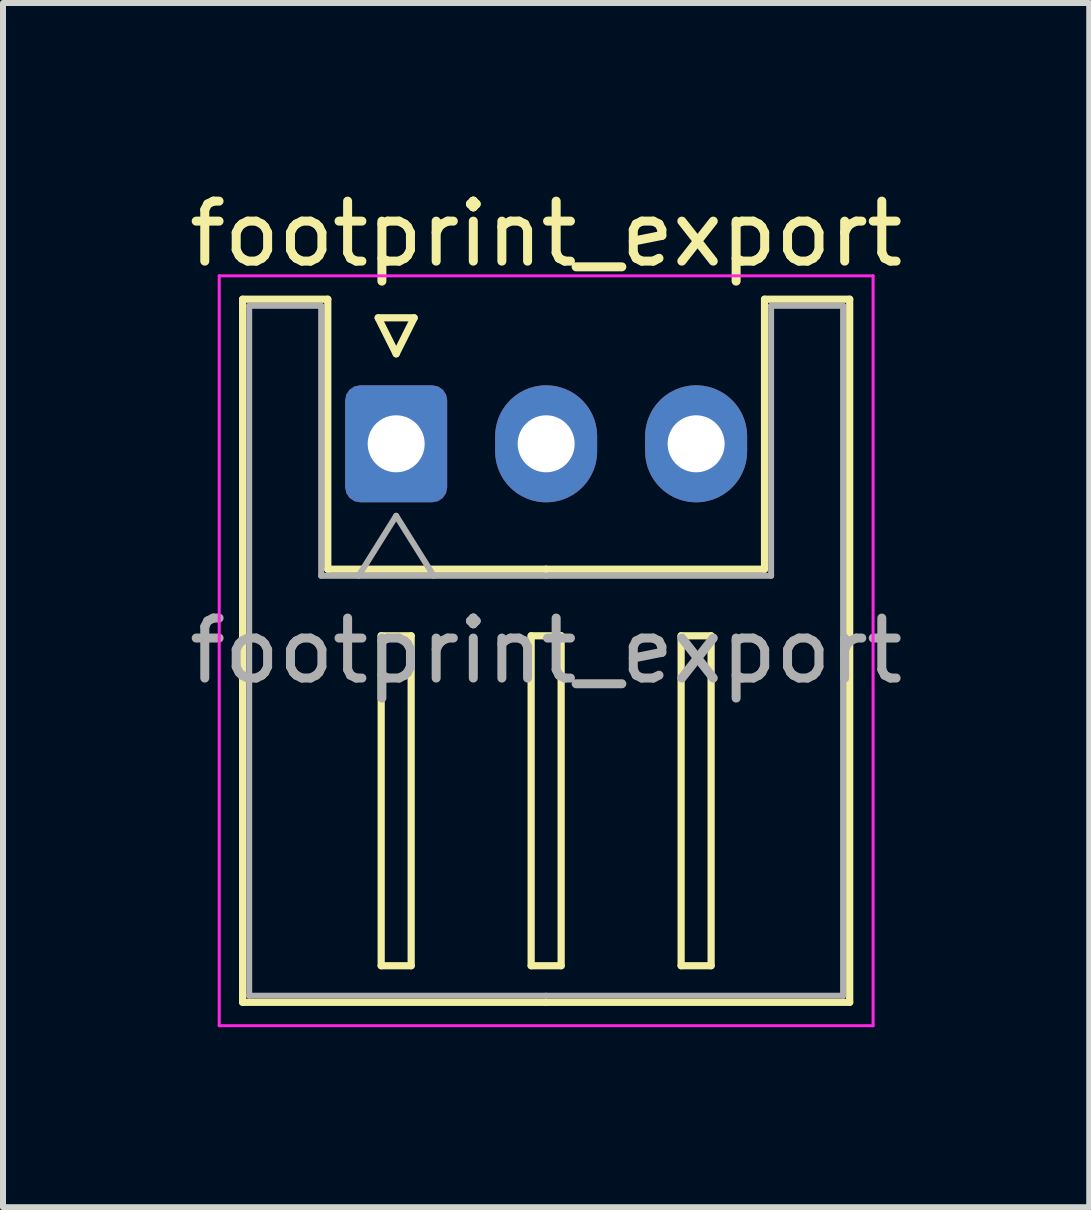
<source format=kicad_pcb>
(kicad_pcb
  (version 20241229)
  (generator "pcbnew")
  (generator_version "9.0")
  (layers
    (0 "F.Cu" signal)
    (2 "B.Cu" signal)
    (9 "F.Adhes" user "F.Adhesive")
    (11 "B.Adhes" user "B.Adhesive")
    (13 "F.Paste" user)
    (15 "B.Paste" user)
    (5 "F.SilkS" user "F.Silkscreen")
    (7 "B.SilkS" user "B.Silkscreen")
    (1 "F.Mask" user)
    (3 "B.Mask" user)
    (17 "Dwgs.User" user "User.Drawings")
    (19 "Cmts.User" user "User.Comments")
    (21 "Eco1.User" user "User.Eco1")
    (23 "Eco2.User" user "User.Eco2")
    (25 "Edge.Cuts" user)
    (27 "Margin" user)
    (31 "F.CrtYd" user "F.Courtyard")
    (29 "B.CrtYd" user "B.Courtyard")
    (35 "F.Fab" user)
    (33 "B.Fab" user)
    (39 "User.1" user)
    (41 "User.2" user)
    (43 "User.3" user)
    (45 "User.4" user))
  (footprint "footprint_export"
    (layer "F.Cu")
    (at 3.554 4.348)
    (property "Reference" "footprint_export" (at 2.5 -3.5 0) (layer "F.SilkS") (effects (font (size 1 1) (thickness 0.15))))
    (attr through_hole)
    (fp_line (start -2.56 -2.41) (end -1.14 -2.41) (stroke (width 0.12) (type solid)) (layer "F.SilkS"))
    (fp_line (start -2.56 9.31) (end -2.56 -2.41) (stroke (width 0.12) (type solid)) (layer "F.SilkS"))
    (fp_line (start -1.14 -2.41) (end -1.14 2.09) (stroke (width 0.12) (type solid)) (layer "F.SilkS"))
    (fp_line (start -1.14 2.09) (end 2.5 2.09) (stroke (width 0.12) (type solid)) (layer "F.SilkS"))
    (fp_line (start -0.3 -2.1) (end 0.3 -2.1) (stroke (width 0.12) (type solid)) (layer "F.SilkS"))
    (fp_line (start -0.25 3.2) (end -0.25 8.7) (stroke (width 0.12) (type solid)) (layer "F.SilkS"))
    (fp_line (start -0.25 8.7) (end 0.25 8.7) (stroke (width 0.12) (type solid)) (layer "F.SilkS"))
    (fp_line (start 0 -1.5) (end -0.3 -2.1) (stroke (width 0.12) (type solid)) (layer "F.SilkS"))
    (fp_line (start 0.25 3.2) (end -0.25 3.2) (stroke (width 0.12) (type solid)) (layer "F.SilkS"))
    (fp_line (start 0.25 8.7) (end 0.25 3.2) (stroke (width 0.12) (type solid)) (layer "F.SilkS"))
    (fp_line (start 0.3 -2.1) (end 0 -1.5) (stroke (width 0.12) (type solid)) (layer "F.SilkS"))
    (fp_line (start 2.25 3.2) (end 2.25 8.7) (stroke (width 0.12) (type solid)) (layer "F.SilkS"))
    (fp_line (start 2.25 8.7) (end 2.75 8.7) (stroke (width 0.12) (type solid)) (layer "F.SilkS"))
    (fp_line (start 2.5 9.31) (end -2.56 9.31) (stroke (width 0.12) (type solid)) (layer "F.SilkS"))
    (fp_line (start 2.5 9.31) (end 7.56 9.31) (stroke (width 0.12) (type solid)) (layer "F.SilkS"))
    (fp_line (start 2.75 3.2) (end 2.25 3.2) (stroke (width 0.12) (type solid)) (layer "F.SilkS"))
    (fp_line (start 2.75 8.7) (end 2.75 3.2) (stroke (width 0.12) (type solid)) (layer "F.SilkS"))
    (fp_line (start 4.75 3.2) (end 4.75 8.7) (stroke (width 0.12) (type solid)) (layer "F.SilkS"))
    (fp_line (start 4.75 8.7) (end 5.25 8.7) (stroke (width 0.12) (type solid)) (layer "F.SilkS"))
    (fp_line (start 5.25 3.2) (end 4.75 3.2) (stroke (width 0.12) (type solid)) (layer "F.SilkS"))
    (fp_line (start 5.25 8.7) (end 5.25 3.2) (stroke (width 0.12) (type solid)) (layer "F.SilkS"))
    (fp_line (start 6.14 -2.41) (end 6.14 2.09) (stroke (width 0.12) (type solid)) (layer "F.SilkS"))
    (fp_line (start 6.14 2.09) (end 2.5 2.09) (stroke (width 0.12) (type solid)) (layer "F.SilkS"))
    (fp_line (start 7.56 -2.41) (end 6.14 -2.41) (stroke (width 0.12) (type solid)) (layer "F.SilkS"))
    (fp_line (start 7.56 9.31) (end 7.56 -2.41) (stroke (width 0.12) (type solid)) (layer "F.SilkS"))
    (fp_line (start -2.95 -2.8) (end -2.95 9.7) (stroke (width 0.05) (type solid)) (layer "F.CrtYd"))
    (fp_line (start -2.95 9.7) (end 7.95 9.7) (stroke (width 0.05) (type solid)) (layer "F.CrtYd"))
    (fp_line (start 7.95 -2.8) (end -2.95 -2.8) (stroke (width 0.05) (type solid)) (layer "F.CrtYd"))
    (fp_line (start 7.95 9.7) (end 7.95 -2.8) (stroke (width 0.05) (type solid)) (layer "F.CrtYd"))
    (fp_line (start -2.45 -2.3) (end -1.25 -2.3) (stroke (width 0.1) (type solid)) (layer "F.Fab"))
    (fp_line (start -2.45 9.2) (end -2.45 -2.3) (stroke (width 0.1) (type solid)) (layer "F.Fab"))
    (fp_line (start -1.25 -2.3) (end -1.25 2.2) (stroke (width 0.1) (type solid)) (layer "F.Fab"))
    (fp_line (start -1.25 2.2) (end 2.5 2.2) (stroke (width 0.1) (type solid)) (layer "F.Fab"))
    (fp_line (start -0.625 2.2) (end 0 1.2) (stroke (width 0.1) (type solid)) (layer "F.Fab"))
    (fp_line (start 0 1.2) (end 0.625 2.2) (stroke (width 0.1) (type solid)) (layer "F.Fab"))
    (fp_line (start 2.5 9.2) (end -2.45 9.2) (stroke (width 0.1) (type solid)) (layer "F.Fab"))
    (fp_line (start 2.5 9.2) (end 7.45 9.2) (stroke (width 0.1) (type solid)) (layer "F.Fab"))
    (fp_line (start 6.25 -2.3) (end 6.25 2.2) (stroke (width 0.1) (type solid)) (layer "F.Fab"))
    (fp_line (start 6.25 2.2) (end 2.5 2.2) (stroke (width 0.1) (type solid)) (layer "F.Fab"))
    (fp_line (start 7.45 -2.3) (end 6.25 -2.3) (stroke (width 0.1) (type solid)) (layer "F.Fab"))
    (fp_line (start 7.45 9.2) (end 7.45 -2.3) (stroke (width 0.1) (type solid)) (layer "F.Fab"))
    (fp_text user "${REFERENCE}" (at 2.5 3.45 0) (layer "F.Fab") (effects (font (size 1 1) (thickness 0.15))))
    (pad "1" thru_hole roundrect (at 0 0) (size 1.7 1.95) (drill 0.95) (layers "*.Cu" "*.Mask") (roundrect_rratio 0.147))
    (pad "2" thru_hole oval (at 2.5 0) (size 1.7 1.95) (drill 0.95) (layers "*.Cu" "*.Mask"))
    (pad "3" thru_hole oval (at 5 0) (size 1.7 1.95) (drill 0.95) (layers "*.Cu" "*.Mask")))
  (gr_rect
    (start -3 -3)
    (end 15.107 17.073)
    (stroke (width 0.1) (type default))
    (fill no)
    (layer "Edge.Cuts")))
</source>
